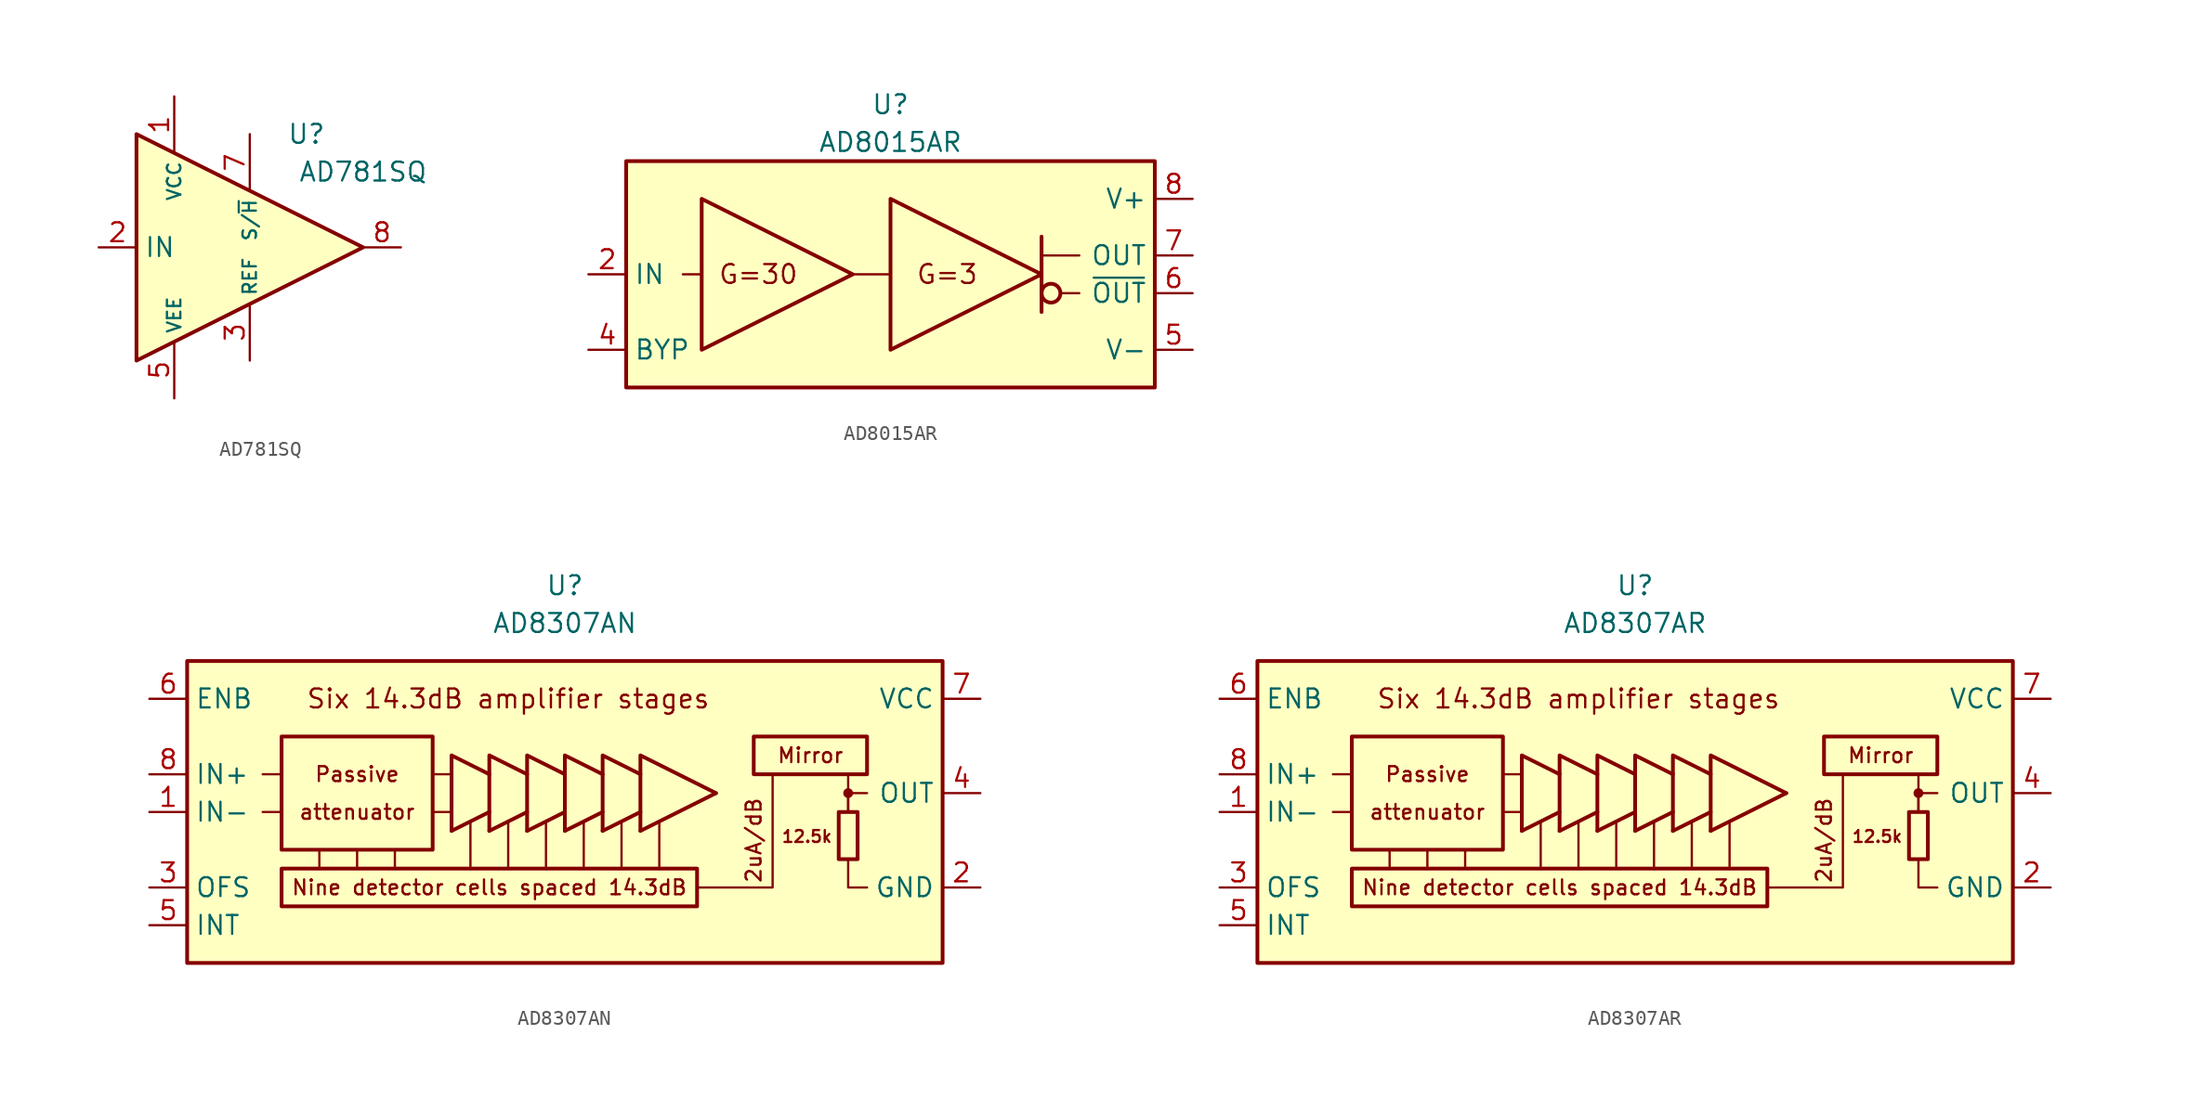
<source format=kicad_sym>
(kicad_symbol_lib
  (version 20231120)
  (generator "kicad_symbol_editor")
  (generator_version "8.0")
  (symbol "AD781SQ"
    (property "Reference" "U"
      (at 7.62 7.62 0)
      (effects (font (size 1.27 1.27))))
    (property "Value" "AD781SQ"
      (at 11.43 5.08 0)
      (effects (font (size 1.27 1.27))))
    (symbol "AD781SQ_0_1"
      (polyline (pts (xy -3.81 7.62) (xy -3.81 -7.62) (xy 11.43 0) (xy -3.81 7.62)) (stroke (width 0.254) (type default)) (fill (type background))))
    (symbol "AD781SQ_1_1"
      (pin power_in line (at -1.27 10.16 270) (length 3.81) (name "VCC" (effects (font (size 0.9 0.9)))) (number "1" (effects (font (size 1.27 1.27)))))
      (pin input line (at -6.35 0 0) (length 2.54) (name "IN" (effects (font (size 1.27 1.27)))) (number "2" (effects (font (size 1.27 1.27)))))
      (pin input line (at 3.81 -7.62 90) (length 3.81) (name "REF" (effects (font (size 0.9 0.9)))) (number "3" (effects (font (size 1.27 1.27)))))
      (pin power_in line (at -1.27 -10.16 90) (length 3.81) (name "VEE" (effects (font (size 0.9 0.9)))) (number "5" (effects (font (size 1.27 1.27)))))
      (pin input line (at 3.81 7.62 270) (length 3.81) (name "S/~{H}" (effects (font (size 0.9 0.9)))) (number "7" (effects (font (size 1.27 1.27)))))
      (pin output line (at 13.97 0 180) (length 2.54) (name "~" (effects (font (size 1.27 1.27)))) (number "8" (effects (font (size 1.27 1.27)))))))
  (symbol "AD8015AR"
    (property "Reference" "U"
      (at 0 11.43 0)
      (effects (font (size 1.27 1.27))))
    (property "Value" "AD8015AR"
      (at 0 8.89 0)
      (effects (font (size 1.27 1.27))))
    (symbol "AD8015AR_0_0"
      (rectangle (start -17.78 7.62) (end 17.78 -7.62) (stroke (width 0.254) (type default)) (fill (type background)))
      (polyline (pts (xy -12.7 0) (xy -13.97 0)) (stroke (width 0.152) (type default)) (fill (type none)))
      (polyline (pts (xy 0 0) (xy -2.54 0)) (stroke (width 0.152) (type default)) (fill (type none)))
      (text "G=3" (at 3.81 0 0) (effects (font (size 1.27 1.27))))
      (text "G=30" (at -8.89 0 0) (effects (font (size 1.27 1.27)))))
    (symbol "AD8015AR_0_1"
      (polyline (pts (xy 10.16 1.27) (xy 12.7 1.27)) (stroke (width 0.152) (type default)) (fill (type none)))
      (polyline (pts (xy 10.16 2.54) (xy 10.16 -2.54)) (stroke (width 0.254) (type default)) (fill (type none)))
      (polyline (pts (xy 11.43 -1.27) (xy 12.7 -1.27)) (stroke (width 0.152) (type default)) (fill (type none)))
      (polyline (pts (xy -12.7 5.08) (xy -12.7 -5.08) (xy -2.54 0) (xy -12.7 5.08)) (stroke (width 0.254) (type default)) (fill (type none)))
      (polyline (pts (xy 0 5.08) (xy 0 -5.08) (xy 10.16 0) (xy 0 5.08)) (stroke (width 0.254) (type default)) (fill (type none)))
      (circle (center 10.795 -1.27) (radius 0.635) (stroke (width 0.254) (type default)) (fill (type none))))
    (symbol "AD8015AR_1_1"
      (pin input line (at -20.32 0 0) (length 2.54) (name "IN" (effects (font (size 1.27 1.27)))) (number "2" (effects (font (size 1.27 1.27)))))
      (pin passive line (at -20.32 -5.08 0) (length 2.54) (name "BYP" (effects (font (size 1.27 1.27)))) (number "4" (effects (font (size 1.27 1.27)))))
      (pin power_in line (at 20.32 -5.08 180) (length 2.54) (name "V-" (effects (font (size 1.27 1.27)))) (number "5" (effects (font (size 1.27 1.27)))))
      (pin output line (at 20.32 -1.27 180) (length 2.54) (name "~{OUT}" (effects (font (size 1.27 1.27)))) (number "6" (effects (font (size 1.27 1.27)))))
      (pin output line (at 20.32 1.27 180) (length 2.54) (name "OUT" (effects (font (size 1.27 1.27)))) (number "7" (effects (font (size 1.27 1.27)))))
      (pin power_in line (at 20.32 5.08 180) (length 2.54) (name "V+" (effects (font (size 1.27 1.27)))) (number "8" (effects (font (size 1.27 1.27)))))))
  (symbol "AD8307AN"
    (property "Reference" "U"
      (at 0 13.97 0)
      (effects (font (size 1.27 1.27))))
    (property "Value" "AD8307AN"
      (at 0 11.43 0)
      (effects (font (size 1.27 1.27))))
    (symbol "AD8307AN_0_0"
      (rectangle (start -25.4 8.89) (end 25.4 -11.43) (stroke (width 0.254) (type default)) (fill (type background)))
      (rectangle (start -19.05 3.81) (end -8.89 -3.81) (stroke (width 0.254) (type default)) (fill (type none)))
      (polyline (pts (xy -19.05 -1.27) (xy -20.32 -1.27)) (stroke (width 0.152) (type default)) (fill (type none)))
      (polyline (pts (xy -19.05 1.27) (xy -20.32 1.27)) (stroke (width 0.152) (type default)) (fill (type none)))
      (polyline (pts (xy -16.51 -3.81) (xy -16.51 -5.08)) (stroke (width 0.152) (type default)) (fill (type none)))
      (polyline (pts (xy -13.97 -3.81) (xy -13.97 -5.08)) (stroke (width 0.152) (type default)) (fill (type none)))
      (polyline (pts (xy -11.43 -3.81) (xy -11.43 -5.08)) (stroke (width 0.152) (type default)) (fill (type none)))
      (polyline (pts (xy -8.89 -1.27) (xy -7.62 -1.27)) (stroke (width 0.152) (type default)) (fill (type none)))
      (polyline (pts (xy -8.89 1.27) (xy -7.62 1.27)) (stroke (width 0.152) (type default)) (fill (type none)))
      (polyline (pts (xy -6.35 -1.905) (xy -6.35 -5.08)) (stroke (width 0.152) (type default)) (fill (type none)))
      (polyline (pts (xy -3.81 -1.905) (xy -3.81 -5.08)) (stroke (width 0.152) (type default)) (fill (type none)))
      (polyline (pts (xy -1.27 -1.905) (xy -1.27 -5.08)) (stroke (width 0.152) (type default)) (fill (type none)))
      (polyline (pts (xy 1.27 -1.905) (xy 1.27 -5.08)) (stroke (width 0.152) (type default)) (fill (type none)))
      (polyline (pts (xy 3.81 -1.905) (xy 3.81 -5.08)) (stroke (width 0.152) (type default)) (fill (type none)))
      (polyline (pts (xy 6.35 -1.905) (xy 6.35 -5.08)) (stroke (width 0.152) (type default)) (fill (type none)))
      (polyline (pts (xy 19.05 -1.27) (xy 19.05 0)) (stroke (width 0.152) (type default)) (fill (type none)))
      (polyline (pts (xy 19.05 0) (xy 20.32 0)) (stroke (width 0.152) (type default)) (fill (type none)))
      (polyline (pts (xy 19.05 1.27) (xy 19.05 -1.27)) (stroke (width 0.152) (type default)) (fill (type none)))
      (polyline (pts (xy 8.89 -6.35) (xy 13.97 -6.35) (xy 13.97 1.27)) (stroke (width 0.152) (type default)) (fill (type none)))
      (polyline (pts (xy 19.05 -4.445) (xy 19.05 -6.35) (xy 20.32 -6.35)) (stroke (width 0.152) (type default)) (fill (type none)))
      (rectangle (start 12.7 3.81) (end 20.32 1.27) (stroke (width 0.254) (type default)) (fill (type none)))
      (circle (center 19.05 0) (radius 0.254) (stroke (width 0.152) (type default)) (fill (type outline)))
      (text "12.5k" (at 18.034 -2.921 0) (effects (font (size 0.8 0.8)) (justify right)))
      (text "2uA/dB" (at 12.7 -3.175 900) (effects (font (size 1 1))))
      (text "attenuator" (at -13.97 -1.27 0) (effects (font (size 1 1))))
      (text "Mirror" (at 16.51 2.54 0) (effects (font (size 1 1))))
      (text "Nine detector cells spaced 14.3dB" (at -5.08 -6.35 0) (effects (font (size 1 1))))
      (text "Passive" (at -13.97 1.27 0) (effects (font (size 1 1))))
      (text "Six 14.3dB amplifier stages" (at -3.81 6.35 0) (effects (font (size 1.27 1.27)))))
    (symbol "AD8307AN_0_1"
      (rectangle (start -19.05 -5.08) (end 8.89 -7.62) (stroke (width 0.254) (type default)) (fill (type none)))
      (polyline (pts (xy -7.62 -2.54) (xy -5.08 -1.27)) (stroke (width 0.254) (type default)) (fill (type none)))
      (polyline (pts (xy -5.08 -2.54) (xy -2.54 -1.27)) (stroke (width 0.254) (type default)) (fill (type none)))
      (polyline (pts (xy -2.54 -2.54) (xy 0 -1.27)) (stroke (width 0.254) (type default)) (fill (type none)))
      (polyline (pts (xy 0 -2.54) (xy 2.54 -1.27)) (stroke (width 0.254) (type default)) (fill (type none)))
      (polyline (pts (xy 2.54 -2.54) (xy 5.08 -1.27)) (stroke (width 0.254) (type default)) (fill (type none)))
      (polyline (pts (xy 5.08 -2.54) (xy 10.16 0)) (stroke (width 0.254) (type default)) (fill (type none)))
      (polyline (pts (xy -7.62 -2.54) (xy -7.62 2.54) (xy -5.08 1.27)) (stroke (width 0.254) (type default)) (fill (type none)))
      (polyline (pts (xy -5.08 -2.54) (xy -5.08 2.54) (xy -2.54 1.27)) (stroke (width 0.254) (type default)) (fill (type none)))
      (polyline (pts (xy -2.54 -2.54) (xy -2.54 2.54) (xy 0 1.27)) (stroke (width 0.254) (type default)) (fill (type none)))
      (polyline (pts (xy 0 -2.54) (xy 0 2.54) (xy 2.54 1.27)) (stroke (width 0.254) (type default)) (fill (type none)))
      (polyline (pts (xy 2.54 -2.54) (xy 2.54 2.54) (xy 5.08 1.27)) (stroke (width 0.254) (type default)) (fill (type none)))
      (polyline (pts (xy 5.08 -2.54) (xy 5.08 2.54) (xy 10.16 0)) (stroke (width 0.254) (type default)) (fill (type none)))
      (rectangle (start 18.415 -1.27) (end 19.685 -4.445) (stroke (width 0.254) (type default)) (fill (type none))))
    (symbol "AD8307AN_1_1"
      (pin input line (at -27.94 -1.27 0) (length 2.54) (name "IN-" (effects (font (size 1.27 1.27)))) (number "1" (effects (font (size 1.27 1.27)))))
      (pin power_in line (at 27.94 -6.35 180) (length 2.54) (name "GND" (effects (font (size 1.27 1.27)))) (number "2" (effects (font (size 1.27 1.27)))))
      (pin passive line (at -27.94 -6.35 0) (length 2.54) (name "OFS" (effects (font (size 1.27 1.27)))) (number "3" (effects (font (size 1.27 1.27)))))
      (pin output line (at 27.94 0 180) (length 2.54) (name "OUT" (effects (font (size 1.27 1.27)))) (number "4" (effects (font (size 1.27 1.27)))))
      (pin passive line (at -27.94 -8.89 0) (length 2.54) (name "INT" (effects (font (size 1.27 1.27)))) (number "5" (effects (font (size 1.27 1.27)))))
      (pin input line (at -27.94 6.35 0) (length 2.54) (name "ENB" (effects (font (size 1.27 1.27)))) (number "6" (effects (font (size 1.27 1.27)))))
      (pin power_in line (at 27.94 6.35 180) (length 2.54) (name "VCC" (effects (font (size 1.27 1.27)))) (number "7" (effects (font (size 1.27 1.27)))))
      (pin input line (at -27.94 1.27 0) (length 2.54) (name "IN+" (effects (font (size 1.27 1.27)))) (number "8" (effects (font (size 1.27 1.27)))))))
  (symbol "AD8307AR"
    (property "Reference" "U"
      (at 0 13.97 0)
      (effects (font (size 1.27 1.27))))
    (property "Value" "AD8307AR"
      (at 0 11.43 0)
      (effects (font (size 1.27 1.27))))
    (symbol "AD8307AR_0_0"
      (rectangle (start -25.4 8.89) (end 25.4 -11.43) (stroke (width 0.254) (type default)) (fill (type background)))
      (rectangle (start -19.05 3.81) (end -8.89 -3.81) (stroke (width 0.254) (type default)) (fill (type none)))
      (polyline (pts (xy -19.05 -1.27) (xy -20.32 -1.27)) (stroke (width 0.152) (type default)) (fill (type none)))
      (polyline (pts (xy -19.05 1.27) (xy -20.32 1.27)) (stroke (width 0.152) (type default)) (fill (type none)))
      (polyline (pts (xy -16.51 -3.81) (xy -16.51 -5.08)) (stroke (width 0.152) (type default)) (fill (type none)))
      (polyline (pts (xy -13.97 -3.81) (xy -13.97 -5.08)) (stroke (width 0.152) (type default)) (fill (type none)))
      (polyline (pts (xy -11.43 -3.81) (xy -11.43 -5.08)) (stroke (width 0.152) (type default)) (fill (type none)))
      (polyline (pts (xy -8.89 -1.27) (xy -7.62 -1.27)) (stroke (width 0.152) (type default)) (fill (type none)))
      (polyline (pts (xy -8.89 1.27) (xy -7.62 1.27)) (stroke (width 0.152) (type default)) (fill (type none)))
      (polyline (pts (xy -6.35 -1.905) (xy -6.35 -5.08)) (stroke (width 0.152) (type default)) (fill (type none)))
      (polyline (pts (xy -3.81 -1.905) (xy -3.81 -5.08)) (stroke (width 0.152) (type default)) (fill (type none)))
      (polyline (pts (xy -1.27 -1.905) (xy -1.27 -5.08)) (stroke (width 0.152) (type default)) (fill (type none)))
      (polyline (pts (xy 1.27 -1.905) (xy 1.27 -5.08)) (stroke (width 0.152) (type default)) (fill (type none)))
      (polyline (pts (xy 3.81 -1.905) (xy 3.81 -5.08)) (stroke (width 0.152) (type default)) (fill (type none)))
      (polyline (pts (xy 6.35 -1.905) (xy 6.35 -5.08)) (stroke (width 0.152) (type default)) (fill (type none)))
      (polyline (pts (xy 19.05 -1.27) (xy 19.05 0)) (stroke (width 0.152) (type default)) (fill (type none)))
      (polyline (pts (xy 19.05 0) (xy 20.32 0)) (stroke (width 0.152) (type default)) (fill (type none)))
      (polyline (pts (xy 19.05 1.27) (xy 19.05 -1.27)) (stroke (width 0.152) (type default)) (fill (type none)))
      (polyline (pts (xy 8.89 -6.35) (xy 13.97 -6.35) (xy 13.97 1.27)) (stroke (width 0.152) (type default)) (fill (type none)))
      (polyline (pts (xy 19.05 -4.445) (xy 19.05 -6.35) (xy 20.32 -6.35)) (stroke (width 0.152) (type default)) (fill (type none)))
      (rectangle (start 12.7 3.81) (end 20.32 1.27) (stroke (width 0.254) (type default)) (fill (type none)))
      (circle (center 19.05 0) (radius 0.254) (stroke (width 0.152) (type default)) (fill (type outline)))
      (text "12.5k" (at 18.034 -2.921 0) (effects (font (size 0.8 0.8)) (justify right)))
      (text "2uA/dB" (at 12.7 -3.175 900) (effects (font (size 1 1))))
      (text "attenuator" (at -13.97 -1.27 0) (effects (font (size 1 1))))
      (text "Mirror" (at 16.51 2.54 0) (effects (font (size 1 1))))
      (text "Nine detector cells spaced 14.3dB" (at -5.08 -6.35 0) (effects (font (size 1 1))))
      (text "Passive" (at -13.97 1.27 0) (effects (font (size 1 1))))
      (text "Six 14.3dB amplifier stages" (at -3.81 6.35 0) (effects (font (size 1.27 1.27)))))
    (symbol "AD8307AR_0_1"
      (rectangle (start -19.05 -5.08) (end 8.89 -7.62) (stroke (width 0.254) (type default)) (fill (type none)))
      (polyline (pts (xy -7.62 -2.54) (xy -5.08 -1.27)) (stroke (width 0.254) (type default)) (fill (type none)))
      (polyline (pts (xy -5.08 -2.54) (xy -2.54 -1.27)) (stroke (width 0.254) (type default)) (fill (type none)))
      (polyline (pts (xy -2.54 -2.54) (xy 0 -1.27)) (stroke (width 0.254) (type default)) (fill (type none)))
      (polyline (pts (xy 0 -2.54) (xy 2.54 -1.27)) (stroke (width 0.254) (type default)) (fill (type none)))
      (polyline (pts (xy 2.54 -2.54) (xy 5.08 -1.27)) (stroke (width 0.254) (type default)) (fill (type none)))
      (polyline (pts (xy 5.08 -2.54) (xy 10.16 0)) (stroke (width 0.254) (type default)) (fill (type none)))
      (polyline (pts (xy -7.62 -2.54) (xy -7.62 2.54) (xy -5.08 1.27)) (stroke (width 0.254) (type default)) (fill (type none)))
      (polyline (pts (xy -5.08 -2.54) (xy -5.08 2.54) (xy -2.54 1.27)) (stroke (width 0.254) (type default)) (fill (type none)))
      (polyline (pts (xy -2.54 -2.54) (xy -2.54 2.54) (xy 0 1.27)) (stroke (width 0.254) (type default)) (fill (type none)))
      (polyline (pts (xy 0 -2.54) (xy 0 2.54) (xy 2.54 1.27)) (stroke (width 0.254) (type default)) (fill (type none)))
      (polyline (pts (xy 2.54 -2.54) (xy 2.54 2.54) (xy 5.08 1.27)) (stroke (width 0.254) (type default)) (fill (type none)))
      (polyline (pts (xy 5.08 -2.54) (xy 5.08 2.54) (xy 10.16 0)) (stroke (width 0.254) (type default)) (fill (type none)))
      (rectangle (start 18.415 -1.27) (end 19.685 -4.445) (stroke (width 0.254) (type default)) (fill (type none))))
    (symbol "AD8307AR_1_1"
      (pin input line (at -27.94 -1.27 0) (length 2.54) (name "IN-" (effects (font (size 1.27 1.27)))) (number "1" (effects (font (size 1.27 1.27)))))
      (pin power_in line (at 27.94 -6.35 180) (length 2.54) (name "GND" (effects (font (size 1.27 1.27)))) (number "2" (effects (font (size 1.27 1.27)))))
      (pin passive line (at -27.94 -6.35 0) (length 2.54) (name "OFS" (effects (font (size 1.27 1.27)))) (number "3" (effects (font (size 1.27 1.27)))))
      (pin output line (at 27.94 0 180) (length 2.54) (name "OUT" (effects (font (size 1.27 1.27)))) (number "4" (effects (font (size 1.27 1.27)))))
      (pin passive line (at -27.94 -8.89 0) (length 2.54) (name "INT" (effects (font (size 1.27 1.27)))) (number "5" (effects (font (size 1.27 1.27)))))
      (pin input line (at -27.94 6.35 0) (length 2.54) (name "ENB" (effects (font (size 1.27 1.27)))) (number "6" (effects (font (size 1.27 1.27)))))
      (pin power_in line (at 27.94 6.35 180) (length 2.54) (name "VCC" (effects (font (size 1.27 1.27)))) (number "7" (effects (font (size 1.27 1.27)))))
      (pin input line (at -27.94 1.27 0) (length 2.54) (name "IN+" (effects (font (size 1.27 1.27)))) (number "8" (effects (font (size 1.27 1.27))))))))
</source>
